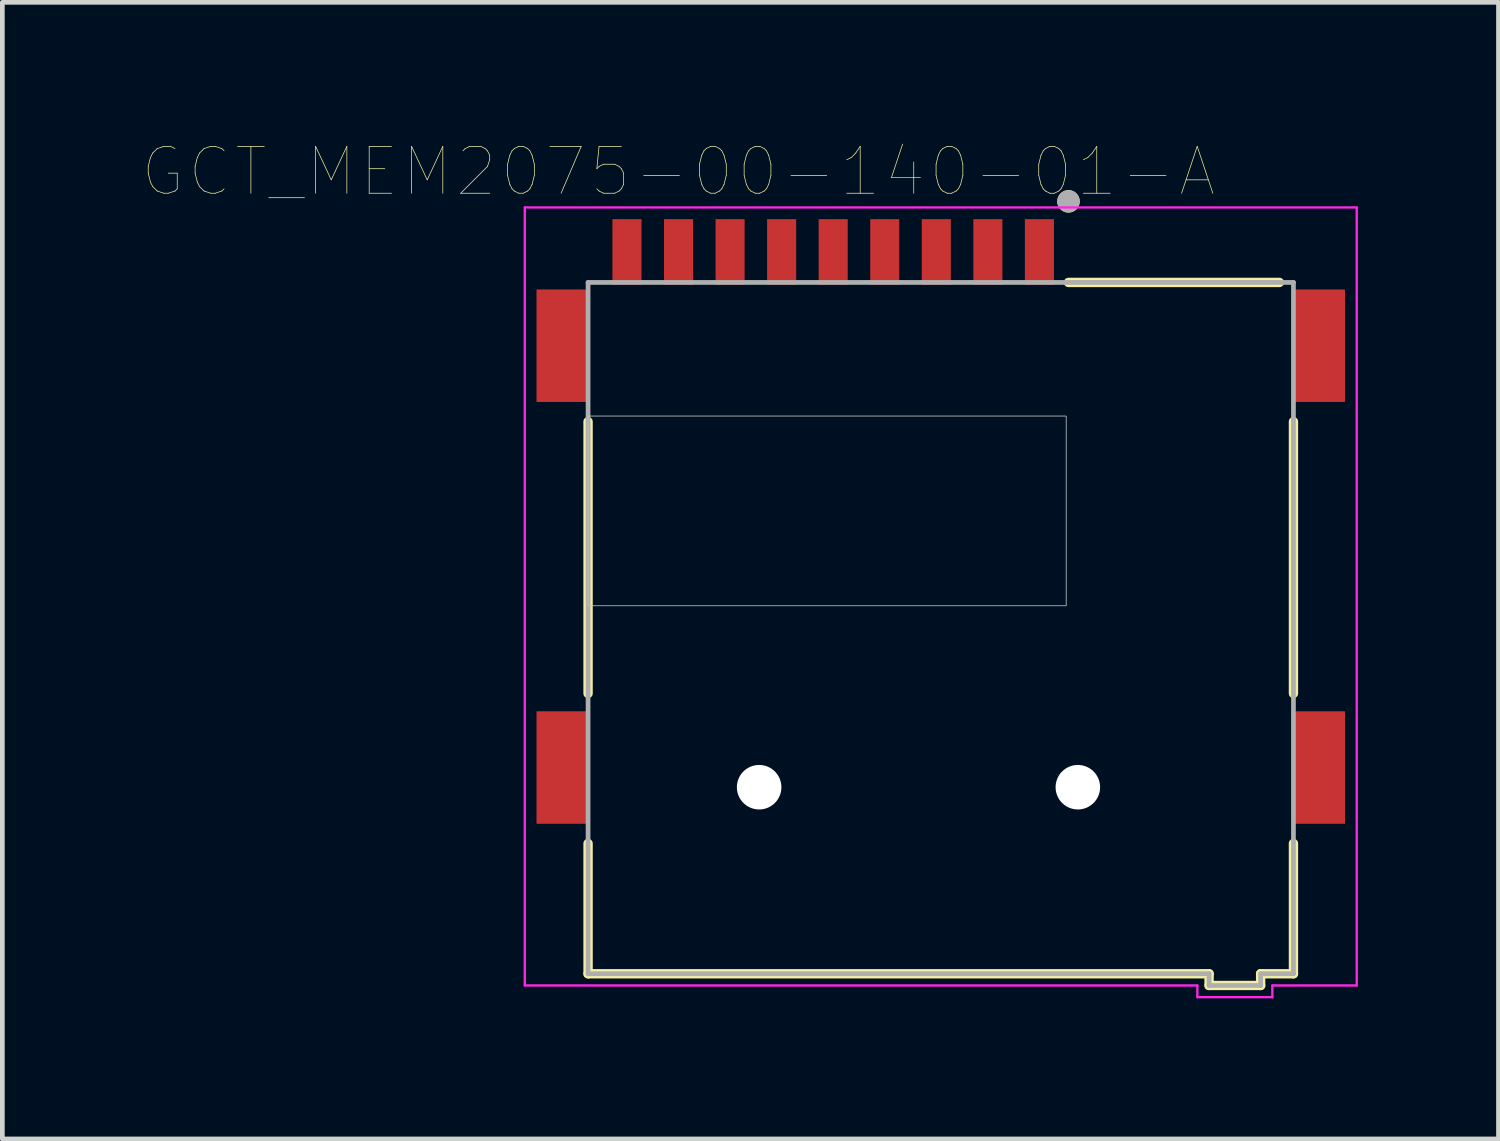
<source format=kicad_pcb>
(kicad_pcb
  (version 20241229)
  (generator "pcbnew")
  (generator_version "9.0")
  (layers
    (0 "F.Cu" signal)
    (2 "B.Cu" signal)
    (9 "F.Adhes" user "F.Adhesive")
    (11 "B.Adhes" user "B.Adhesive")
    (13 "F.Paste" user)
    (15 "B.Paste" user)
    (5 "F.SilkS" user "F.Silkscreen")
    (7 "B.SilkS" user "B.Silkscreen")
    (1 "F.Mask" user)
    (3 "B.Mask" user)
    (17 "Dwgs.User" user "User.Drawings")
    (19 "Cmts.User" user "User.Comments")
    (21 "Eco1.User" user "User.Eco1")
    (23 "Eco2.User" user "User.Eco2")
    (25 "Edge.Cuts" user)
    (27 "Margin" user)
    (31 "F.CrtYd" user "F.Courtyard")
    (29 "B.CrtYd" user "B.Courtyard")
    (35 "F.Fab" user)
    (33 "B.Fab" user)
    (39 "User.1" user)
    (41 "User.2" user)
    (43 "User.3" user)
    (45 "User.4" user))
  (footprint "GCT_MEM2075-00-140-01-A"
    (layer "F.Cu")
    (at 16.547 13.746)
    (property "Reference" "GCT_MEM2075-00-140-01-A" (at -5.125 -13.135 0) (layer "F.SilkS") (effects (font (size 1 1) (thickness 0.015))))
    (attr through_hole)
    (fp_line (start -7.05 -2) (end -7.05 -7.8) (stroke (width 0.2) (type solid)) (layer "F.SilkS"))
    (fp_line (start -7.05 3.98) (end -7.05 1.2) (stroke (width 0.2) (type solid)) (layer "F.SilkS"))
    (fp_line (start -7.05 3.98) (end 6.2 3.98) (stroke (width 0.2) (type solid)) (layer "F.SilkS"))
    (fp_line (start 3.2 -10.77) (end 7.7 -10.77) (stroke (width 0.2) (type solid)) (layer "F.SilkS"))
    (fp_line (start 6.2 3.98) (end 6.2 4.23) (stroke (width 0.2) (type solid)) (layer "F.SilkS"))
    (fp_line (start 6.2 4.23) (end 7.3 4.23) (stroke (width 0.2) (type solid)) (layer "F.SilkS"))
    (fp_line (start 7.3 3.98) (end 8 3.98) (stroke (width 0.2) (type solid)) (layer "F.SilkS"))
    (fp_line (start 7.3 4.23) (end 7.3 3.98) (stroke (width 0.2) (type solid)) (layer "F.SilkS"))
    (fp_line (start 8 -2) (end 8 -7.8) (stroke (width 0.2) (type solid)) (layer "F.SilkS"))
    (fp_line (start 8 3.98) (end 8 1.2) (stroke (width 0.2) (type solid)) (layer "F.SilkS"))
    (fp_circle (center 3.2 -12.5) (end 3.32 -12.5) (stroke (width 0.24) (type solid)) (fill no) (layer "F.SilkS"))
    (fp_poly (pts (xy -7.05 -7.92) (xy 3.15 -7.92) (xy 3.15 -3.87) (xy -7.05 -3.87)) (stroke (width 0.01) (type solid)) (fill no) (layer "Dwgs.User"))
    (fp_poly (pts (xy -7.05 -7.92) (xy 3.15 -7.92) (xy 3.15 -3.87) (xy -7.05 -3.87)) (stroke (width 0.01) (type solid)) (fill no) (layer "Dwgs.User"))
    (fp_line (start -8.4 -12.37) (end 9.35 -12.37) (stroke (width 0.05) (type solid)) (layer "F.CrtYd"))
    (fp_line (start -8.4 4.23) (end -8.4 -12.37) (stroke (width 0.05) (type solid)) (layer "F.CrtYd"))
    (fp_line (start -8.4 4.23) (end 5.95 4.23) (stroke (width 0.05) (type solid)) (layer "F.CrtYd"))
    (fp_line (start 5.95 4.23) (end 5.95 4.48) (stroke (width 0.05) (type solid)) (layer "F.CrtYd"))
    (fp_line (start 5.95 4.48) (end 7.55 4.48) (stroke (width 0.05) (type solid)) (layer "F.CrtYd"))
    (fp_line (start 7.55 4.23) (end 9.35 4.23) (stroke (width 0.05) (type solid)) (layer "F.CrtYd"))
    (fp_line (start 7.55 4.48) (end 7.55 4.23) (stroke (width 0.05) (type solid)) (layer "F.CrtYd"))
    (fp_line (start 9.35 -12.37) (end 9.35 4.23) (stroke (width 0.05) (type solid)) (layer "F.CrtYd"))
    (fp_line (start -7.05 -10.77) (end 8 -10.77) (stroke (width 0.1) (type solid)) (layer "F.Fab"))
    (fp_line (start -7.05 3.98) (end -7.05 -10.77) (stroke (width 0.1) (type solid)) (layer "F.Fab"))
    (fp_line (start -7.05 3.98) (end 6.2 3.98) (stroke (width 0.1) (type solid)) (layer "F.Fab"))
    (fp_line (start 6.2 3.98) (end 6.2 4.23) (stroke (width 0.1) (type solid)) (layer "F.Fab"))
    (fp_line (start 6.2 4.23) (end 7.3 4.23) (stroke (width 0.1) (type solid)) (layer "F.Fab"))
    (fp_line (start 7.3 3.98) (end 8 3.98) (stroke (width 0.1) (type solid)) (layer "F.Fab"))
    (fp_line (start 7.3 4.23) (end 7.3 3.98) (stroke (width 0.1) (type solid)) (layer "F.Fab"))
    (fp_line (start 8 3.98) (end 8 -10.77) (stroke (width 0.1) (type solid)) (layer "F.Fab"))
    (fp_circle (center 3.2 -12.5) (end 3.32 -12.5) (stroke (width 0.24) (type solid)) (fill no) (layer "F.Fab"))
    (pad "" np_thru_hole circle (at -3.4 0) (size 0.95 0.95) (drill 0.95) (layers "*.Cu" "*.Mask"))
    (pad "" np_thru_hole circle (at 3.4 0) (size 0.95 0.95) (drill 0.95) (layers "*.Cu" "*.Mask"))
    (pad "P1" smd rect (at 2.58 -11.42) (size 0.62 1.4) (layers "F.Cu" "F.Mask" "F.Paste"))
    (pad "P2" smd rect (at 1.48 -11.42) (size 0.62 1.4) (layers "F.Cu" "F.Mask" "F.Paste"))
    (pad "P3" smd rect (at 0.38 -11.42) (size 0.62 1.4) (layers "F.Cu" "F.Mask" "F.Paste"))
    (pad "P4" smd rect (at -0.72 -11.42) (size 0.62 1.4) (layers "F.Cu" "F.Mask" "F.Paste"))
    (pad "P5" smd rect (at -1.82 -11.42) (size 0.62 1.4) (layers "F.Cu" "F.Mask" "F.Paste"))
    (pad "P6" smd rect (at -2.92 -11.42) (size 0.62 1.4) (layers "F.Cu" "F.Mask" "F.Paste"))
    (pad "P7" smd rect (at -4.02 -11.42) (size 0.62 1.4) (layers "F.Cu" "F.Mask" "F.Paste"))
    (pad "P8" smd rect (at -5.12 -11.42) (size 0.62 1.4) (layers "F.Cu" "F.Mask" "F.Paste"))
    (pad "P9" smd rect (at -6.22 -11.42) (size 0.62 1.4) (layers "F.Cu" "F.Mask" "F.Paste"))
    (pad "SH1" smd rect (at -7.6 -0.42) (size 1.1 2.4) (layers "F.Cu" "F.Mask" "F.Paste"))
    (pad "SH2" smd rect (at -7.6 -9.42) (size 1.1 2.4) (layers "F.Cu" "F.Mask" "F.Paste"))
    (pad "SH3" smd rect (at 8.55 -9.42) (size 1.1 2.4) (layers "F.Cu" "F.Mask" "F.Paste"))
    (pad "SH4" smd rect (at 8.55 -0.42) (size 1.1 2.4) (layers "F.Cu" "F.Mask" "F.Paste")))
  (gr_rect
    (start -3 -3)
    (end 28.922 21.251)
    (stroke (width 0.1) (type default))
    (fill no)
    (layer "Edge.Cuts")))
</source>
